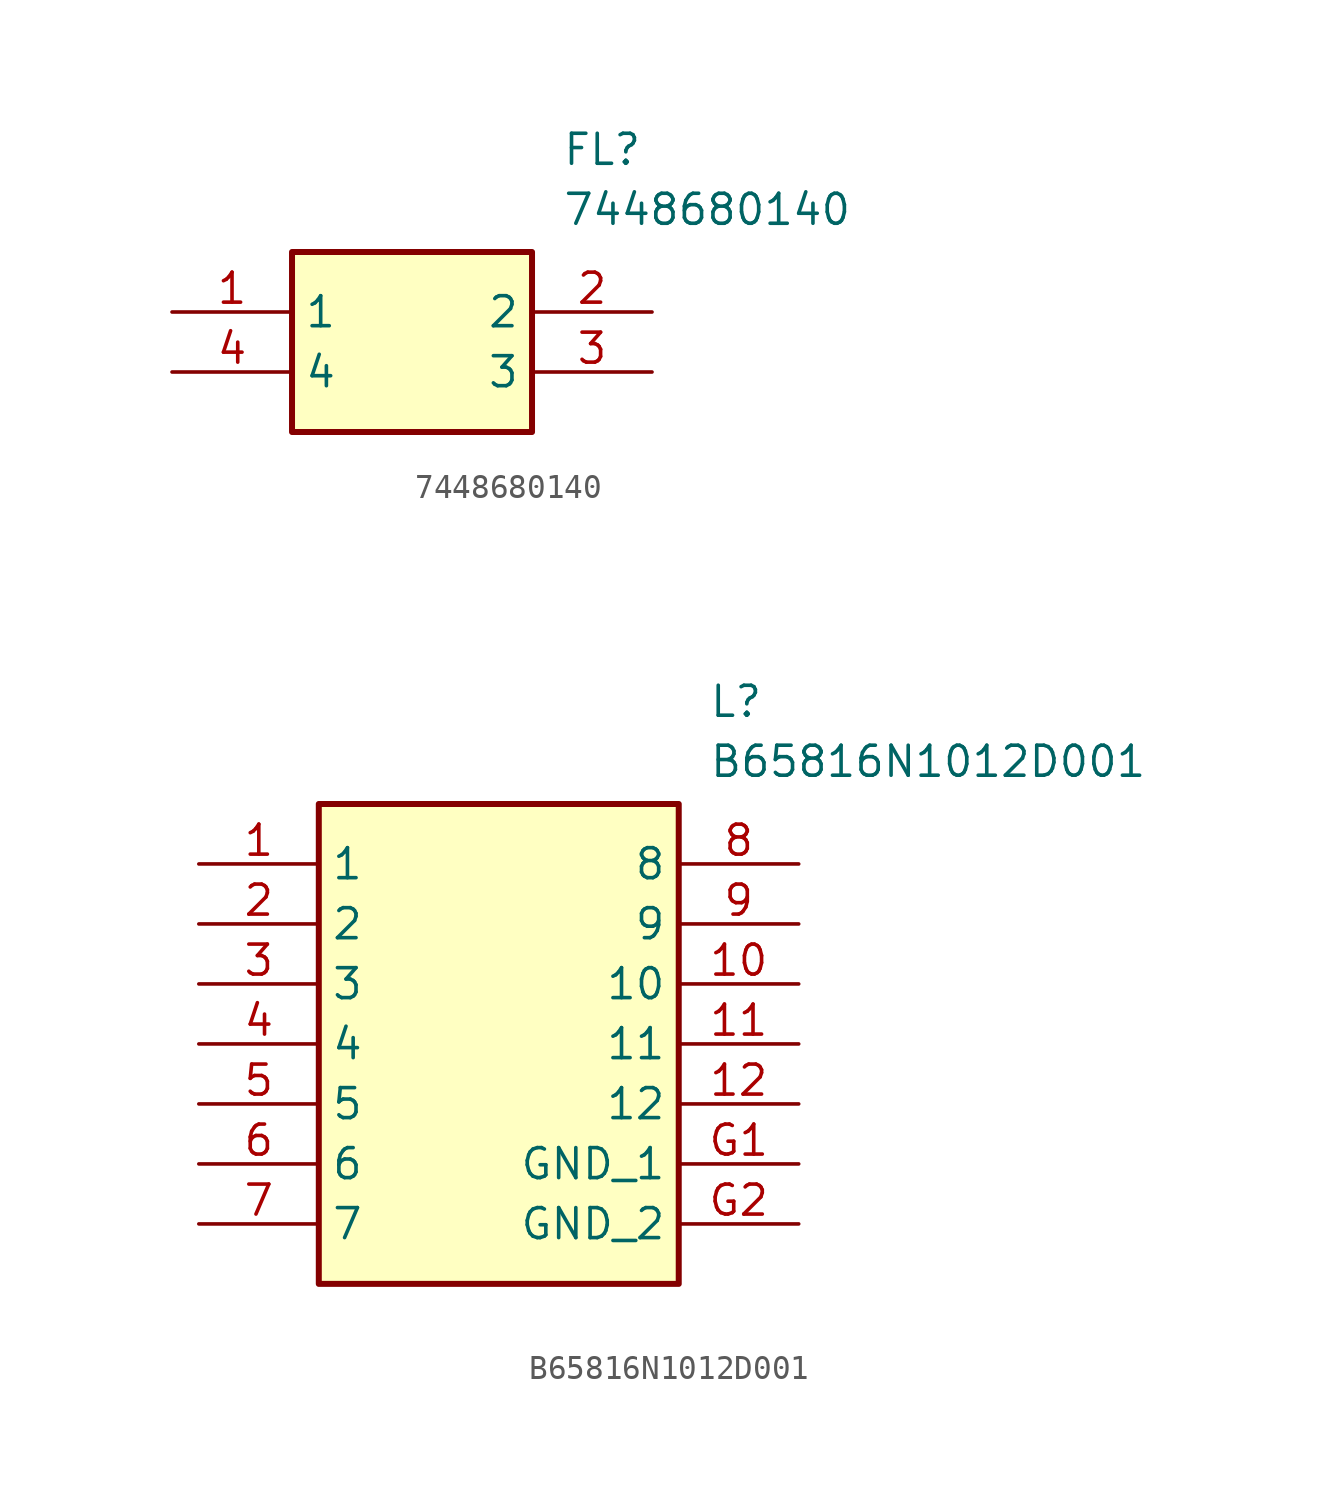
<source format=kicad_sym>
(kicad_symbol_lib
  (version 20241209)
  (generator "kicad_symbol_editor")
  (generator_version "9.0")
  (symbol "7448680140"
    (property "Reference" "FL"
      (at 16.51 7.62 0)
      (effects (font (size 1.27 1.27)) (justify left top)))
    (property "Value" "7448680140"
      (at 16.51 5.08 0)
      (effects (font (size 1.27 1.27)) (justify left top)))
    (symbol "7448680140_1_1"
      (rectangle (start 5.08 2.54) (end 15.24 -5.08) (stroke (width 0.254) (type default)) (fill (type background)))
      (pin passive line (at 0 0 0) (length 5.08) (name "1" (effects (font (size 1.27 1.27)))) (number "1" (effects (font (size 1.27 1.27)))))
      (pin passive line (at 0 -2.54 0) (length 5.08) (name "4" (effects (font (size 1.27 1.27)))) (number "4" (effects (font (size 1.27 1.27)))))
      (pin passive line (at 20.32 0 180) (length 5.08) (name "2" (effects (font (size 1.27 1.27)))) (number "2" (effects (font (size 1.27 1.27)))))
      (pin passive line (at 20.32 -2.54 180) (length 5.08) (name "3" (effects (font (size 1.27 1.27)))) (number "3" (effects (font (size 1.27 1.27)))))))
  (symbol "B65816N1012D001"
    (property "Reference" "L"
      (at 21.59 7.62 0)
      (effects (font (size 1.27 1.27)) (justify left top)))
    (property "Value" "B65816N1012D001"
      (at 21.59 5.08 0)
      (effects (font (size 1.27 1.27)) (justify left top)))
    (symbol "B65816N1012D001_1_1"
      (rectangle (start 5.08 2.54) (end 20.32 -17.78) (stroke (width 0.254) (type default)) (fill (type background)))
      (pin passive line (at 0 0 0) (length 5.08) (name "1" (effects (font (size 1.27 1.27)))) (number "1" (effects (font (size 1.27 1.27)))))
      (pin passive line (at 0 -2.54 0) (length 5.08) (name "2" (effects (font (size 1.27 1.27)))) (number "2" (effects (font (size 1.27 1.27)))))
      (pin passive line (at 0 -5.08 0) (length 5.08) (name "3" (effects (font (size 1.27 1.27)))) (number "3" (effects (font (size 1.27 1.27)))))
      (pin passive line (at 0 -7.62 0) (length 5.08) (name "4" (effects (font (size 1.27 1.27)))) (number "4" (effects (font (size 1.27 1.27)))))
      (pin passive line (at 0 -10.16 0) (length 5.08) (name "5" (effects (font (size 1.27 1.27)))) (number "5" (effects (font (size 1.27 1.27)))))
      (pin passive line (at 0 -12.7 0) (length 5.08) (name "6" (effects (font (size 1.27 1.27)))) (number "6" (effects (font (size 1.27 1.27)))))
      (pin passive line (at 0 -15.24 0) (length 5.08) (name "7" (effects (font (size 1.27 1.27)))) (number "7" (effects (font (size 1.27 1.27)))))
      (pin passive line (at 25.4 0 180) (length 5.08) (name "8" (effects (font (size 1.27 1.27)))) (number "8" (effects (font (size 1.27 1.27)))))
      (pin passive line (at 25.4 -2.54 180) (length 5.08) (name "9" (effects (font (size 1.27 1.27)))) (number "9" (effects (font (size 1.27 1.27)))))
      (pin passive line (at 25.4 -5.08 180) (length 5.08) (name "10" (effects (font (size 1.27 1.27)))) (number "10" (effects (font (size 1.27 1.27)))))
      (pin passive line (at 25.4 -7.62 180) (length 5.08) (name "11" (effects (font (size 1.27 1.27)))) (number "11" (effects (font (size 1.27 1.27)))))
      (pin passive line (at 25.4 -10.16 180) (length 5.08) (name "12" (effects (font (size 1.27 1.27)))) (number "12" (effects (font (size 1.27 1.27)))))
      (pin passive line (at 25.4 -12.7 180) (length 5.08) (name "GND_1" (effects (font (size 1.27 1.27)))) (number "G1" (effects (font (size 1.27 1.27)))))
      (pin passive line (at 25.4 -15.24 180) (length 5.08) (name "GND_2" (effects (font (size 1.27 1.27)))) (number "G2" (effects (font (size 1.27 1.27))))))))
</source>
